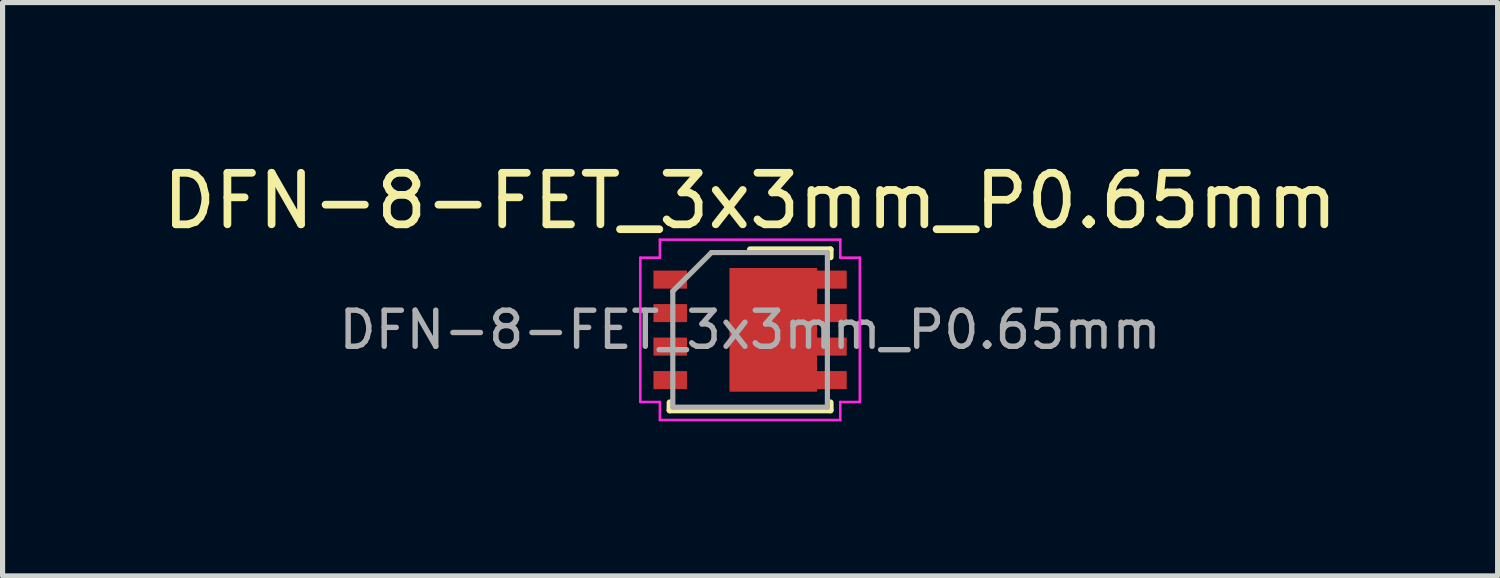
<source format=kicad_pcb>
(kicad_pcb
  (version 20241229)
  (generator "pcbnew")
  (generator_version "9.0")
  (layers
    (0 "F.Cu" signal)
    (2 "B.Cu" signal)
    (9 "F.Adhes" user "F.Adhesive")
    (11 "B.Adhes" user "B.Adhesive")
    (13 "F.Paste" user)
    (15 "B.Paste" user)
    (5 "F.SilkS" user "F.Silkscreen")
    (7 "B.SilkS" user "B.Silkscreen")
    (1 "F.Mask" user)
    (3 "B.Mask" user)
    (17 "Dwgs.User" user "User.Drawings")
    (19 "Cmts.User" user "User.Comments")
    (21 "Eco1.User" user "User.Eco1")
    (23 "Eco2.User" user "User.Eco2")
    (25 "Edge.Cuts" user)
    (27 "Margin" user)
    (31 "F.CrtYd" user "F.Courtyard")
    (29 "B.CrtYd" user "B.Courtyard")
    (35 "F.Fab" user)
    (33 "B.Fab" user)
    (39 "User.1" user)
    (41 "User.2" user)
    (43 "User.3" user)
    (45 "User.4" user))
  (footprint "DFN-8-FET_3x3mm_P0.65mm"
    (layer "F.Cu")
    (at 11.506 3.351)
    (property "Reference" "DFN-8-FET_3x3mm_P0.65mm" (at 0 -2.503 0) (unlocked yes) (layer "F.SilkS") (effects (font (size 1 1) (thickness 0.15))))
    (attr smd)
    (fp_line (start -1.56 1.56) (end -1.56 1.41) (stroke (width 0.12) (type solid)) (layer "F.SilkS"))
    (fp_line (start -1.56 1.56) (end 1.56 1.56) (stroke (width 0.12) (type solid)) (layer "F.SilkS"))
    (fp_line (start 0 -1.56) (end 1.56 -1.56) (stroke (width 0.12) (type solid)) (layer "F.SilkS"))
    (fp_line (start 1.56 -1.56) (end 1.56 -1.41) (stroke (width 0.12) (type solid)) (layer "F.SilkS"))
    (fp_line (start 1.56 1.56) (end 1.56 1.41) (stroke (width 0.12) (type solid)) (layer "F.SilkS"))
    (fp_line (start -2.13 -1.4) (end -2.13 1.4) (stroke (width 0.05) (type solid)) (layer "F.CrtYd"))
    (fp_line (start -1.75 -1.75) (end -1.75 -1.4) (stroke (width 0.05) (type solid)) (layer "F.CrtYd"))
    (fp_line (start -1.75 -1.75) (end 1.75 -1.75) (stroke (width 0.05) (type solid)) (layer "F.CrtYd"))
    (fp_line (start -1.75 -1.4) (end -2.13 -1.4) (stroke (width 0.05) (type solid)) (layer "F.CrtYd"))
    (fp_line (start -1.75 1.4) (end -2.13 1.4) (stroke (width 0.05) (type solid)) (layer "F.CrtYd"))
    (fp_line (start -1.75 1.75) (end -1.75 1.4) (stroke (width 0.05) (type solid)) (layer "F.CrtYd"))
    (fp_line (start -1.75 1.75) (end 1.75 1.75) (stroke (width 0.05) (type solid)) (layer "F.CrtYd"))
    (fp_line (start 1.75 -1.75) (end 1.75 -1.4) (stroke (width 0.05) (type solid)) (layer "F.CrtYd"))
    (fp_line (start 1.75 -1.4) (end 2.13 -1.4) (stroke (width 0.05) (type solid)) (layer "F.CrtYd"))
    (fp_line (start 1.75 1.4) (end 2.13 1.4) (stroke (width 0.05) (type solid)) (layer "F.CrtYd"))
    (fp_line (start 1.75 1.75) (end 1.75 1.4) (stroke (width 0.05) (type solid)) (layer "F.CrtYd"))
    (fp_line (start 2.13 -1.4) (end 2.13 1.4) (stroke (width 0.05) (type solid)) (layer "F.CrtYd"))
    (fp_line (start -1.5 -0.75) (end -0.75 -1.5) (stroke (width 0.1) (type solid)) (layer "F.Fab"))
    (fp_line (start -1.5 1.5) (end -1.5 -0.75) (stroke (width 0.1) (type solid)) (layer "F.Fab"))
    (fp_line (start -0.75 -1.5) (end 1.5 -1.5) (stroke (width 0.1) (type solid)) (layer "F.Fab"))
    (fp_line (start 1.5 -1.5) (end 1.5 1.5) (stroke (width 0.1) (type solid)) (layer "F.Fab"))
    (fp_line (start 1.5 1.5) (end -1.5 1.5) (stroke (width 0.1) (type solid)) (layer "F.Fab"))
    (fp_text user "${REFERENCE}" (at 0 0 0) (layer "F.Fab") (effects (font (size 0.7 0.7) (thickness 0.105))))
    (pad "" smd rect (at 0 -0.6) (size 0.6 1) (layers "F.Paste"))
    (pad "" smd rect (at 0 0.6) (size 0.6 1) (layers "F.Paste"))
    (pad "" smd rect (at 0.85 -0.6) (size 0.6 1) (layers "F.Paste"))
    (pad "" smd rect (at 0.85 0.6) (size 0.6 1) (layers "F.Paste"))
    (pad "1" smd rect (at -1.55 -0.975) (size 0.65 0.35) (layers "F.Cu" "F.Mask" "F.Paste"))
    (pad "2" smd rect (at -1.55 -0.325) (size 0.65 0.35) (layers "F.Cu" "F.Mask" "F.Paste"))
    (pad "3" smd rect (at -1.55 0.325) (size 0.65 0.35) (layers "F.Cu" "F.Mask" "F.Paste"))
    (pad "4" smd rect (at -1.55 0.975) (size 0.65 0.35) (layers "F.Cu" "F.Mask" "F.Paste"))
    (pad "5" smd rect (at 0.45 0) (size 1.7 2.4) (layers "F.Cu" "F.Mask"))
    (pad "5" smd rect (at 1.55 -0.975) (size 0.65 0.35) (layers "F.Cu" "F.Mask" "F.Paste"))
    (pad "5" smd rect (at 1.55 -0.325) (size 0.65 0.35) (layers "F.Cu" "F.Mask" "F.Paste"))
    (pad "5" smd rect (at 1.55 0.325) (size 0.65 0.35) (layers "F.Cu" "F.Mask" "F.Paste"))
    (pad "5" smd rect (at 1.55 0.975) (size 0.65 0.35) (layers "F.Cu" "F.Mask" "F.Paste")))
  (gr_rect
    (start -3 -3)
    (end 26.012 8.126)
    (stroke (width 0.1) (type default))
    (fill no)
    (layer "Edge.Cuts")))
</source>
